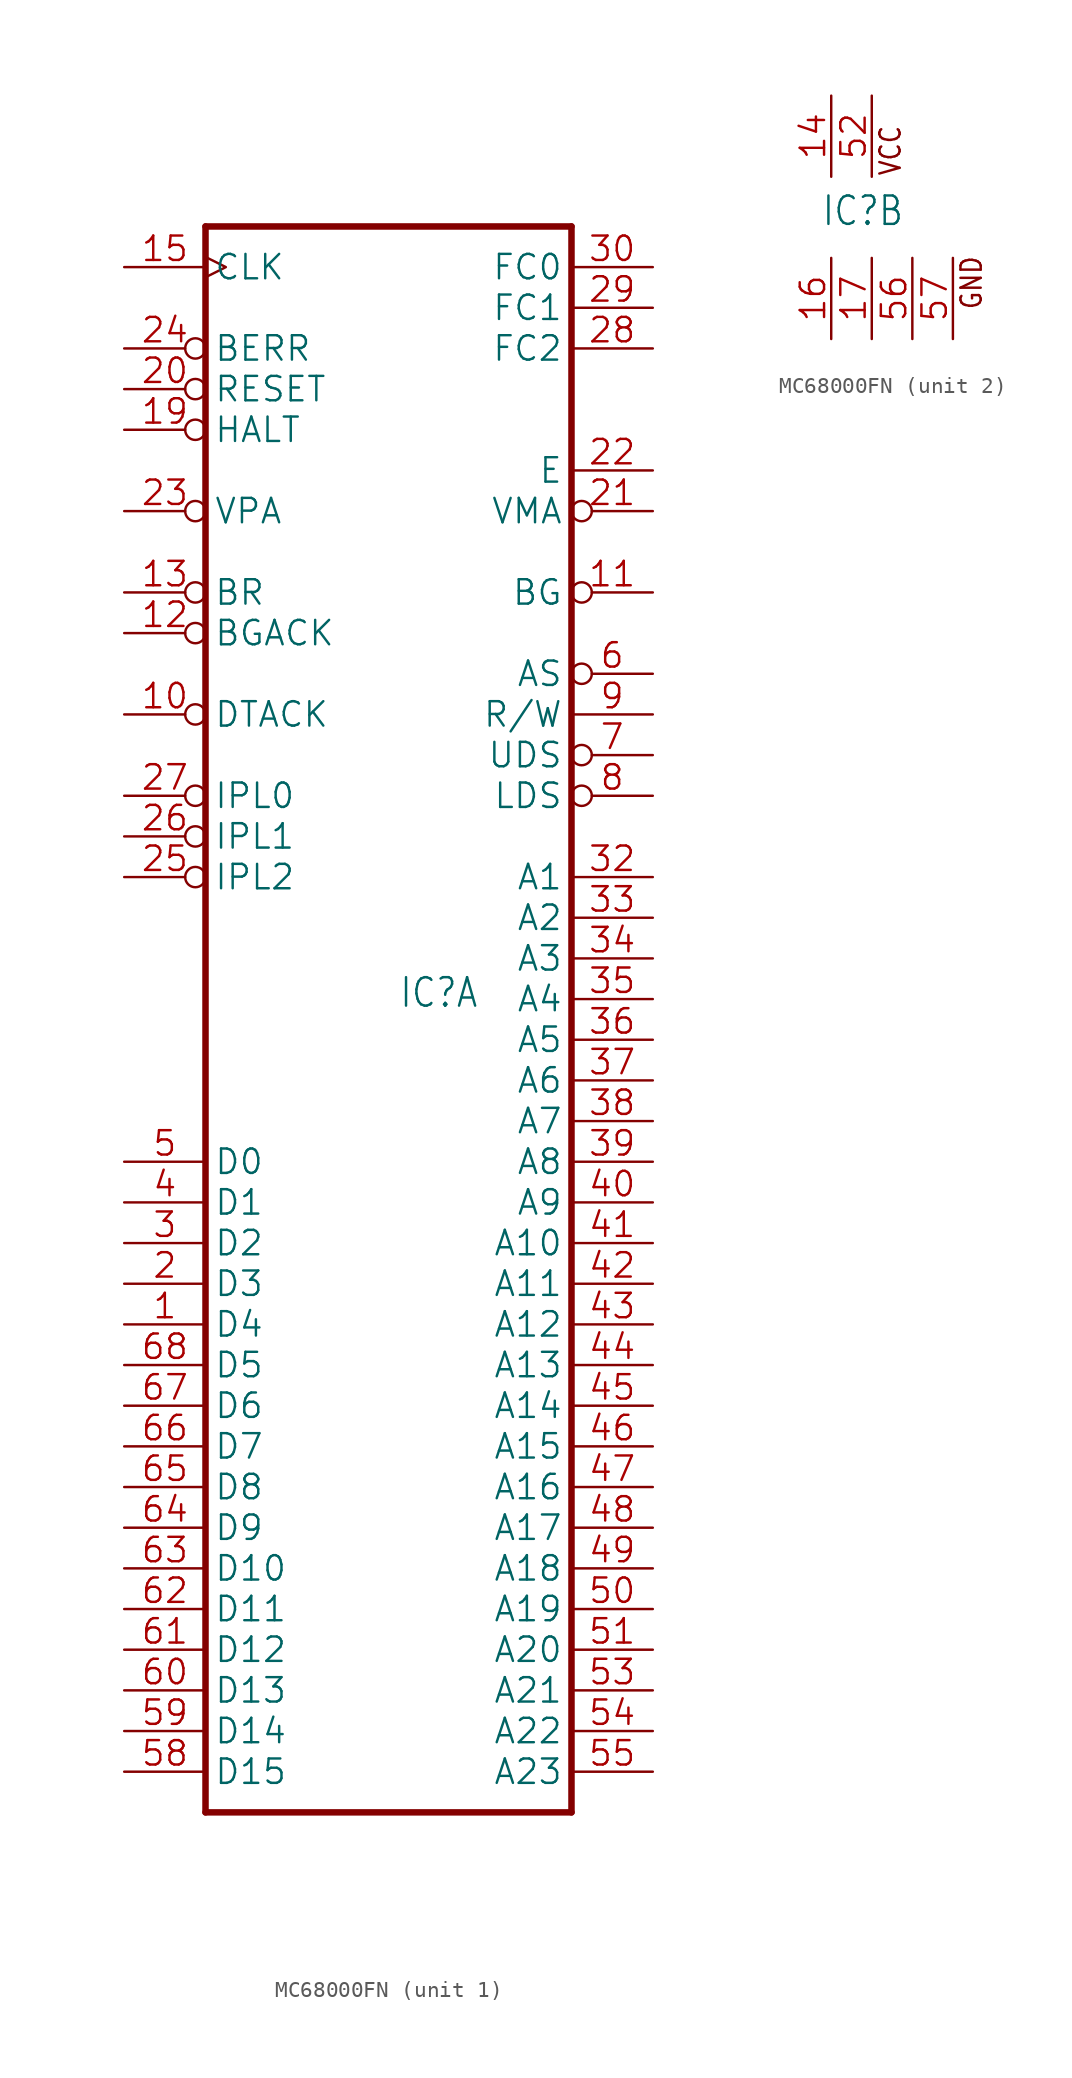
<source format=kicad_sym>
(kicad_symbol_lib
  (version 20241209)
  (generator "kicad_symbol_editor")
  (generator_version "9.0")
  (symbol "MC68000FN"
    (property "Reference" "IC"
      (at -0.635 -0.635 0)
      (effects (font (size 1.778 1.511)) (justify left bottom)))
    (property "ki_locked" ""
      (at 0 0 0)
      (effects (font (size 1.27 1.27))))
    (symbol "MC68000FN_1_0"
      (polyline (pts (xy -12.7 -50.8) (xy -12.7 48.26)) (stroke (width 0.406) (type solid)) (fill (type none)))
      (polyline (pts (xy -12.7 -50.8) (xy 10.16 -50.8)) (stroke (width 0.406) (type solid)) (fill (type none)))
      (polyline (pts (xy 10.16 48.26) (xy -12.7 48.26)) (stroke (width 0.406) (type solid)) (fill (type none)))
      (polyline (pts (xy 10.16 48.26) (xy 10.16 -50.8)) (stroke (width 0.406) (type solid)) (fill (type none)))
      (pin input clock (at -17.78 45.72 0) (length 5.08) (name "CLK" (effects (font (size 1.524 1.524)))) (number "15" (effects (font (size 1.524 1.524)))))
      (pin input inverted (at -17.78 40.64 0) (length 5.08) (name "BERR" (effects (font (size 1.524 1.524)))) (number "24" (effects (font (size 1.524 1.524)))))
      (pin bidirectional inverted (at -17.78 38.1 0) (length 5.08) (name "RESET" (effects (font (size 1.524 1.524)))) (number "20" (effects (font (size 1.524 1.524)))))
      (pin bidirectional inverted (at -17.78 35.56 0) (length 5.08) (name "HALT" (effects (font (size 1.524 1.524)))) (number "19" (effects (font (size 1.524 1.524)))))
      (pin input inverted (at -17.78 30.48 0) (length 5.08) (name "VPA" (effects (font (size 1.524 1.524)))) (number "23" (effects (font (size 1.524 1.524)))))
      (pin input inverted (at -17.78 25.4 0) (length 5.08) (name "BR" (effects (font (size 1.524 1.524)))) (number "13" (effects (font (size 1.524 1.524)))))
      (pin input inverted (at -17.78 22.86 0) (length 5.08) (name "BGACK" (effects (font (size 1.524 1.524)))) (number "12" (effects (font (size 1.524 1.524)))))
      (pin input inverted (at -17.78 17.78 0) (length 5.08) (name "DTACK" (effects (font (size 1.524 1.524)))) (number "10" (effects (font (size 1.524 1.524)))))
      (pin input inverted (at -17.78 12.7 0) (length 5.08) (name "IPL0" (effects (font (size 1.524 1.524)))) (number "27" (effects (font (size 1.524 1.524)))))
      (pin input inverted (at -17.78 10.16 0) (length 5.08) (name "IPL1" (effects (font (size 1.524 1.524)))) (number "26" (effects (font (size 1.524 1.524)))))
      (pin input inverted (at -17.78 7.62 0) (length 5.08) (name "IPL2" (effects (font (size 1.524 1.524)))) (number "25" (effects (font (size 1.524 1.524)))))
      (pin bidirectional line (at -17.78 -10.16 0) (length 5.08) (name "D0" (effects (font (size 1.524 1.524)))) (number "5" (effects (font (size 1.524 1.524)))))
      (pin bidirectional line (at -17.78 -12.7 0) (length 5.08) (name "D1" (effects (font (size 1.524 1.524)))) (number "4" (effects (font (size 1.524 1.524)))))
      (pin bidirectional line (at -17.78 -15.24 0) (length 5.08) (name "D2" (effects (font (size 1.524 1.524)))) (number "3" (effects (font (size 1.524 1.524)))))
      (pin bidirectional line (at -17.78 -17.78 0) (length 5.08) (name "D3" (effects (font (size 1.524 1.524)))) (number "2" (effects (font (size 1.524 1.524)))))
      (pin bidirectional line (at -17.78 -20.32 0) (length 5.08) (name "D4" (effects (font (size 1.524 1.524)))) (number "1" (effects (font (size 1.524 1.524)))))
      (pin bidirectional line (at -17.78 -22.86 0) (length 5.08) (name "D5" (effects (font (size 1.524 1.524)))) (number "68" (effects (font (size 1.524 1.524)))))
      (pin bidirectional line (at -17.78 -25.4 0) (length 5.08) (name "D6" (effects (font (size 1.524 1.524)))) (number "67" (effects (font (size 1.524 1.524)))))
      (pin bidirectional line (at -17.78 -27.94 0) (length 5.08) (name "D7" (effects (font (size 1.524 1.524)))) (number "66" (effects (font (size 1.524 1.524)))))
      (pin bidirectional line (at -17.78 -30.48 0) (length 5.08) (name "D8" (effects (font (size 1.524 1.524)))) (number "65" (effects (font (size 1.524 1.524)))))
      (pin bidirectional line (at -17.78 -33.02 0) (length 5.08) (name "D9" (effects (font (size 1.524 1.524)))) (number "64" (effects (font (size 1.524 1.524)))))
      (pin bidirectional line (at -17.78 -35.56 0) (length 5.08) (name "D10" (effects (font (size 1.524 1.524)))) (number "63" (effects (font (size 1.524 1.524)))))
      (pin bidirectional line (at -17.78 -38.1 0) (length 5.08) (name "D11" (effects (font (size 1.524 1.524)))) (number "62" (effects (font (size 1.524 1.524)))))
      (pin bidirectional line (at -17.78 -40.64 0) (length 5.08) (name "D12" (effects (font (size 1.524 1.524)))) (number "61" (effects (font (size 1.524 1.524)))))
      (pin bidirectional line (at -17.78 -43.18 0) (length 5.08) (name "D13" (effects (font (size 1.524 1.524)))) (number "60" (effects (font (size 1.524 1.524)))))
      (pin bidirectional line (at -17.78 -45.72 0) (length 5.08) (name "D14" (effects (font (size 1.524 1.524)))) (number "59" (effects (font (size 1.524 1.524)))))
      (pin bidirectional line (at -17.78 -48.26 0) (length 5.08) (name "D15" (effects (font (size 1.524 1.524)))) (number "58" (effects (font (size 1.524 1.524)))))
      (pin output line (at 15.24 45.72 180) (length 5.08) (name "FC0" (effects (font (size 1.524 1.524)))) (number "30" (effects (font (size 1.524 1.524)))))
      (pin output line (at 15.24 43.18 180) (length 5.08) (name "FC1" (effects (font (size 1.524 1.524)))) (number "29" (effects (font (size 1.524 1.524)))))
      (pin output line (at 15.24 40.64 180) (length 5.08) (name "FC2" (effects (font (size 1.524 1.524)))) (number "28" (effects (font (size 1.524 1.524)))))
      (pin output line (at 15.24 33.02 180) (length 5.08) (name "E" (effects (font (size 1.524 1.524)))) (number "22" (effects (font (size 1.524 1.524)))))
      (pin output inverted (at 15.24 30.48 180) (length 5.08) (name "VMA" (effects (font (size 1.524 1.524)))) (number "21" (effects (font (size 1.524 1.524)))))
      (pin output inverted (at 15.24 25.4 180) (length 5.08) (name "BG" (effects (font (size 1.524 1.524)))) (number "11" (effects (font (size 1.524 1.524)))))
      (pin output inverted (at 15.24 20.32 180) (length 5.08) (name "AS" (effects (font (size 1.524 1.524)))) (number "6" (effects (font (size 1.524 1.524)))))
      (pin output line (at 15.24 17.78 180) (length 5.08) (name "R/W" (effects (font (size 1.524 1.524)))) (number "9" (effects (font (size 1.524 1.524)))))
      (pin output inverted (at 15.24 15.24 180) (length 5.08) (name "UDS" (effects (font (size 1.524 1.524)))) (number "7" (effects (font (size 1.524 1.524)))))
      (pin output inverted (at 15.24 12.7 180) (length 5.08) (name "LDS" (effects (font (size 1.524 1.524)))) (number "8" (effects (font (size 1.524 1.524)))))
      (pin output line (at 15.24 7.62 180) (length 5.08) (name "A1" (effects (font (size 1.524 1.524)))) (number "32" (effects (font (size 1.524 1.524)))))
      (pin output line (at 15.24 5.08 180) (length 5.08) (name "A2" (effects (font (size 1.524 1.524)))) (number "33" (effects (font (size 1.524 1.524)))))
      (pin output line (at 15.24 2.54 180) (length 5.08) (name "A3" (effects (font (size 1.524 1.524)))) (number "34" (effects (font (size 1.524 1.524)))))
      (pin output line (at 15.24 0 180) (length 5.08) (name "A4" (effects (font (size 1.524 1.524)))) (number "35" (effects (font (size 1.524 1.524)))))
      (pin output line (at 15.24 -2.54 180) (length 5.08) (name "A5" (effects (font (size 1.524 1.524)))) (number "36" (effects (font (size 1.524 1.524)))))
      (pin output line (at 15.24 -5.08 180) (length 5.08) (name "A6" (effects (font (size 1.524 1.524)))) (number "37" (effects (font (size 1.524 1.524)))))
      (pin output line (at 15.24 -7.62 180) (length 5.08) (name "A7" (effects (font (size 1.524 1.524)))) (number "38" (effects (font (size 1.524 1.524)))))
      (pin output line (at 15.24 -10.16 180) (length 5.08) (name "A8" (effects (font (size 1.524 1.524)))) (number "39" (effects (font (size 1.524 1.524)))))
      (pin output line (at 15.24 -12.7 180) (length 5.08) (name "A9" (effects (font (size 1.524 1.524)))) (number "40" (effects (font (size 1.524 1.524)))))
      (pin output line (at 15.24 -15.24 180) (length 5.08) (name "A10" (effects (font (size 1.524 1.524)))) (number "41" (effects (font (size 1.524 1.524)))))
      (pin output line (at 15.24 -17.78 180) (length 5.08) (name "A11" (effects (font (size 1.524 1.524)))) (number "42" (effects (font (size 1.524 1.524)))))
      (pin output line (at 15.24 -20.32 180) (length 5.08) (name "A12" (effects (font (size 1.524 1.524)))) (number "43" (effects (font (size 1.524 1.524)))))
      (pin output line (at 15.24 -22.86 180) (length 5.08) (name "A13" (effects (font (size 1.524 1.524)))) (number "44" (effects (font (size 1.524 1.524)))))
      (pin output line (at 15.24 -25.4 180) (length 5.08) (name "A14" (effects (font (size 1.524 1.524)))) (number "45" (effects (font (size 1.524 1.524)))))
      (pin output line (at 15.24 -27.94 180) (length 5.08) (name "A15" (effects (font (size 1.524 1.524)))) (number "46" (effects (font (size 1.524 1.524)))))
      (pin output line (at 15.24 -30.48 180) (length 5.08) (name "A16" (effects (font (size 1.524 1.524)))) (number "47" (effects (font (size 1.524 1.524)))))
      (pin output line (at 15.24 -33.02 180) (length 5.08) (name "A17" (effects (font (size 1.524 1.524)))) (number "48" (effects (font (size 1.524 1.524)))))
      (pin output line (at 15.24 -35.56 180) (length 5.08) (name "A18" (effects (font (size 1.524 1.524)))) (number "49" (effects (font (size 1.524 1.524)))))
      (pin output line (at 15.24 -38.1 180) (length 5.08) (name "A19" (effects (font (size 1.524 1.524)))) (number "50" (effects (font (size 1.524 1.524)))))
      (pin output line (at 15.24 -40.64 180) (length 5.08) (name "A20" (effects (font (size 1.524 1.524)))) (number "51" (effects (font (size 1.524 1.524)))))
      (pin output line (at 15.24 -43.18 180) (length 5.08) (name "A21" (effects (font (size 1.524 1.524)))) (number "53" (effects (font (size 1.524 1.524)))))
      (pin output line (at 15.24 -45.72 180) (length 5.08) (name "A22" (effects (font (size 1.524 1.524)))) (number "54" (effects (font (size 1.524 1.524)))))
      (pin output line (at 15.24 -48.26 180) (length 5.08) (name "A23" (effects (font (size 1.524 1.524)))) (number "55" (effects (font (size 1.524 1.524))))))
    (symbol "MC68000FN_2_0"
      (text "VCC" (at 4.445 2.54 900) (effects (font (size 1.27 1.079)) (justify left bottom)))
      (text "GND" (at 9.525 -5.842 900) (effects (font (size 1.27 1.079)) (justify left bottom)))
      (pin power_in line (at 0 7.62 270) (length 5.08) (name "VCC@1" (effects (font (size 0 0)))) (number "14" (effects (font (size 1.524 1.524)))))
      (pin power_in line (at 0 -7.62 90) (length 5.08) (name "GND@1" (effects (font (size 0 0)))) (number "16" (effects (font (size 1.524 1.524)))))
      (pin power_in line (at 2.54 7.62 270) (length 5.08) (name "VCC@2" (effects (font (size 0 0)))) (number "52" (effects (font (size 1.524 1.524)))))
      (pin power_in line (at 2.54 -7.62 90) (length 5.08) (name "GND@2" (effects (font (size 0 0)))) (number "17" (effects (font (size 1.524 1.524)))))
      (pin power_in line (at 5.08 -7.62 90) (length 5.08) (name "GND@3" (effects (font (size 0 0)))) (number "56" (effects (font (size 1.524 1.524)))))
      (pin power_in line (at 7.62 -7.62 90) (length 5.08) (name "GND@4" (effects (font (size 0 0)))) (number "57" (effects (font (size 1.524 1.524))))))))
</source>
